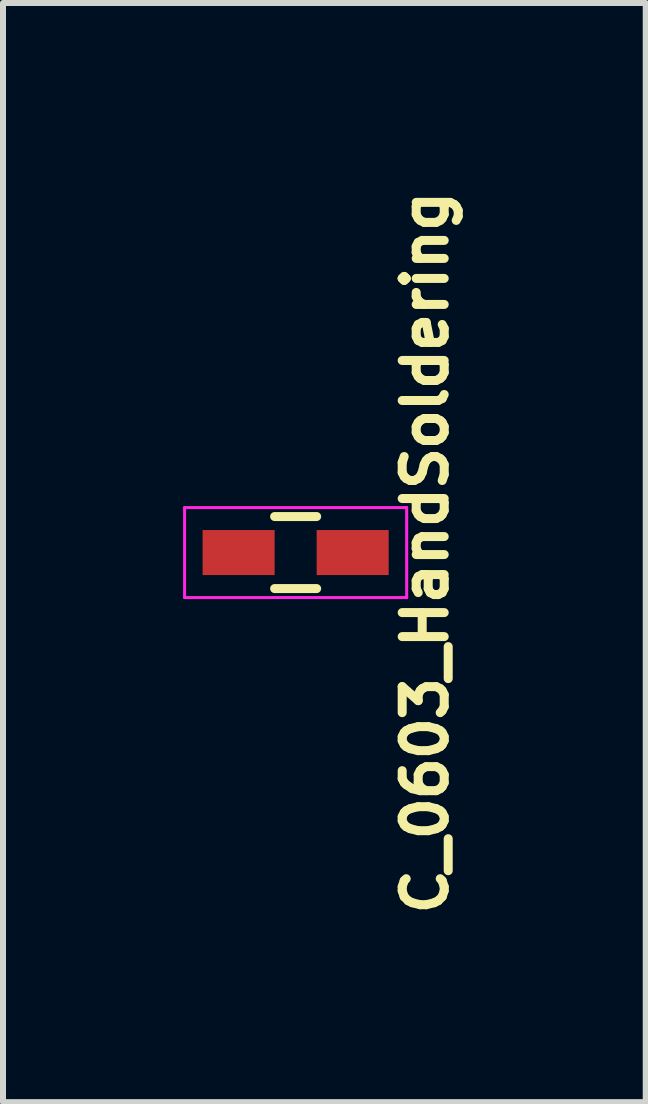
<source format=kicad_pcb>
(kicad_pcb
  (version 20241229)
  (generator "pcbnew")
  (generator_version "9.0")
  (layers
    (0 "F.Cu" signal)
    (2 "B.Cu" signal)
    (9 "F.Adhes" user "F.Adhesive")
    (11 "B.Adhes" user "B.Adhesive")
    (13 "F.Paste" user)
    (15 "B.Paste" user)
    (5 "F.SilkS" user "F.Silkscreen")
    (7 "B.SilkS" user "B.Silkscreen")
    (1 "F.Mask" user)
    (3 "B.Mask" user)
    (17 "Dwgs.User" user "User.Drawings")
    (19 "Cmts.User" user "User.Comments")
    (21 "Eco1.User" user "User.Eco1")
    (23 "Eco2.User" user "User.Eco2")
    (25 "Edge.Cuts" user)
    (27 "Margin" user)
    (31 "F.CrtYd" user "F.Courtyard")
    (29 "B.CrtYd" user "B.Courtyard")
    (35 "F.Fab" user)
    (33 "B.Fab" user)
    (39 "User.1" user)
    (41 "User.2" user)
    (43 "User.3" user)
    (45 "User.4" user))
  (footprint "C_0603_HandSoldering"
    (layer "F.Cu")
    (at 1.875 6.155)
    (property "Reference" "C_0603_HandSoldering" (at 2.159 0 270) (layer "F.SilkS") (effects (font (size 0.7 0.7) (thickness 0.15))))
    (attr smd)
    (fp_line (start -0.35 -0.6) (end 0.35 -0.6) (stroke (width 0.15) (type solid)) (layer "F.SilkS"))
    (fp_line (start 0.35 0.6) (end -0.35 0.6) (stroke (width 0.15) (type solid)) (layer "F.SilkS"))
    (fp_line (start -1.85 -0.75) (end -1.85 0.75) (stroke (width 0.05) (type solid)) (layer "F.CrtYd"))
    (fp_line (start -1.85 -0.75) (end 1.85 -0.75) (stroke (width 0.05) (type solid)) (layer "F.CrtYd"))
    (fp_line (start -1.85 0.75) (end 1.85 0.75) (stroke (width 0.05) (type solid)) (layer "F.CrtYd"))
    (fp_line (start 1.85 -0.75) (end 1.85 0.75) (stroke (width 0.05) (type solid)) (layer "F.CrtYd"))
    (pad "1" smd rect (at -0.95 0) (size 1.2 0.75) (layers "F.Cu" "F.Mask" "F.Paste"))
    (pad "2" smd rect (at 0.95 0) (size 1.2 0.75) (layers "F.Cu" "F.Mask" "F.Paste")))
  (gr_rect
    (start -3 -3)
    (end 7.707 15.31)
    (stroke (width 0.1) (type default))
    (fill no)
    (layer "Edge.Cuts")))
</source>
